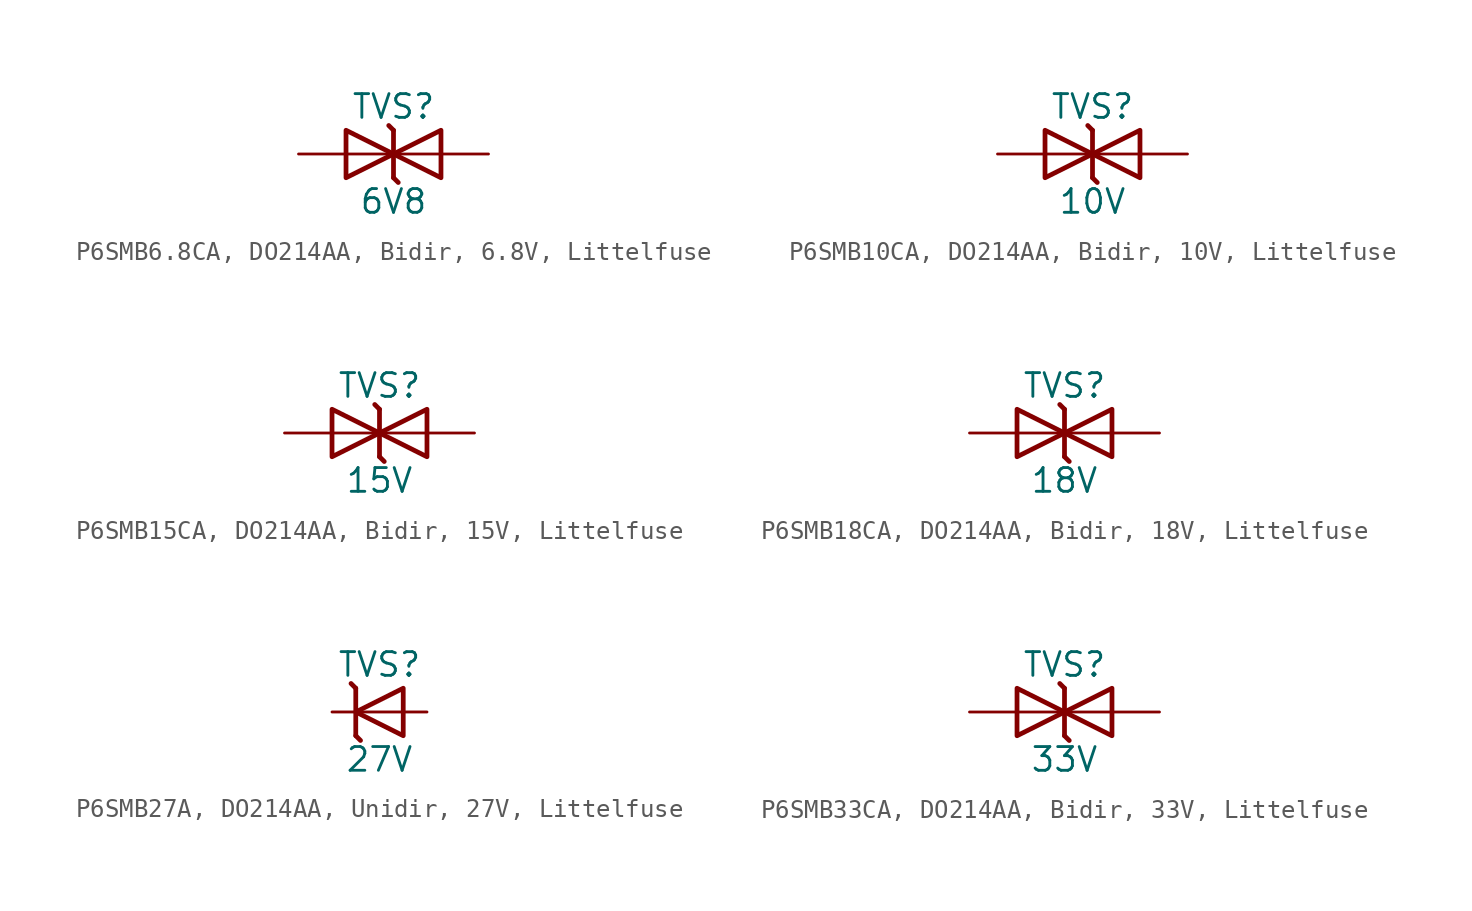
<source format=kicad_sym>
(kicad_symbol_lib
  (version 20241209)
  (generator "kicad_symbol_editor")
  (generator_version "9.0")
  (symbol "P6SMB6.8CA, DO214AA, Bidir, 6.8V, Littelfuse"
    (pin_numbers
      (hide yes))
    (pin_names
      (offset 0)
      (hide yes))
    (property "Reference" "TVS"
      (at 0 2.54 0)
      (effects (font (size 1.27 1.27))))
    (property "Value" "6V8"
      (at 0 -2.54 0)
      (effects (font (size 1.27 1.27))))
    (symbol "P6SMB6.8CA, DO214AA, Bidir, 6.8V, Littelfuse_0_0"
      (polyline (pts (xy 0 0) (xy -2.54 0)) (stroke (width 0.152) (type default)) (fill (type none)))
      (polyline (pts (xy 2.54 0) (xy 0 0)) (stroke (width 0.152) (type default)) (fill (type none))))
    (symbol "P6SMB6.8CA, DO214AA, Bidir, 6.8V, Littelfuse_0_1"
      (polyline (pts (xy 0 1.27) (xy -0.254 1.524)) (stroke (width 0.254) (type default)) (fill (type none)))
      (polyline (pts (xy 0 1.27) (xy 0 -1.27)) (stroke (width 0.254) (type default)) (fill (type none)))
      (polyline (pts (xy 0.254 -1.524) (xy 0 -1.27)) (stroke (width 0.254) (type default)) (fill (type none))))
    (symbol "P6SMB6.8CA, DO214AA, Bidir, 6.8V, Littelfuse_1_1"
      (polyline (pts (xy -2.54 1.27) (xy -2.54 -1.27) (xy 0 0) (xy -2.54 1.27)) (stroke (width 0.254) (type default)) (fill (type none)))
      (polyline (pts (xy 2.54 -1.27) (xy 2.54 1.27) (xy 0 0) (xy 2.54 -1.27)) (stroke (width 0.254) (type default)) (fill (type none)))
      (pin passive line (at -5.08 0 0) (length 2.54) (name "AC2" (effects (font (size 1.27 1.27)))) (number "2" (effects (font (size 1.27 1.27)))))
      (pin passive line (at 5.08 0 180) (length 2.54) (name "AC1" (effects (font (size 1.27 1.27)))) (number "1" (effects (font (size 1.27 1.27)))))))
  (symbol "P6SMB10CA, DO214AA, Bidir, 10V, Littelfuse"
    (pin_numbers
      (hide yes))
    (pin_names
      (offset 0)
      (hide yes))
    (property "Reference" "TVS"
      (at 0 2.54 0)
      (effects (font (size 1.27 1.27))))
    (property "Value" "10V"
      (at 0 -2.54 0)
      (effects (font (size 1.27 1.27))))
    (symbol "P6SMB10CA, DO214AA, Bidir, 10V, Littelfuse_0_0"
      (polyline (pts (xy 0 0) (xy -2.54 0)) (stroke (width 0.152) (type default)) (fill (type none)))
      (polyline (pts (xy 2.54 0) (xy 0 0)) (stroke (width 0.152) (type default)) (fill (type none))))
    (symbol "P6SMB10CA, DO214AA, Bidir, 10V, Littelfuse_0_1"
      (polyline (pts (xy 0 1.27) (xy -0.254 1.524)) (stroke (width 0.254) (type default)) (fill (type none)))
      (polyline (pts (xy 0 1.27) (xy 0 -1.27)) (stroke (width 0.254) (type default)) (fill (type none)))
      (polyline (pts (xy 0.254 -1.524) (xy 0 -1.27)) (stroke (width 0.254) (type default)) (fill (type none))))
    (symbol "P6SMB10CA, DO214AA, Bidir, 10V, Littelfuse_1_1"
      (polyline (pts (xy -2.54 1.27) (xy -2.54 -1.27) (xy 0 0) (xy -2.54 1.27)) (stroke (width 0.254) (type default)) (fill (type none)))
      (polyline (pts (xy 2.54 -1.27) (xy 2.54 1.27) (xy 0 0) (xy 2.54 -1.27)) (stroke (width 0.254) (type default)) (fill (type none)))
      (pin passive line (at -5.08 0 0) (length 2.54) (name "AC2" (effects (font (size 1.27 1.27)))) (number "2" (effects (font (size 1.27 1.27)))))
      (pin passive line (at 5.08 0 180) (length 2.54) (name "AC1" (effects (font (size 1.27 1.27)))) (number "1" (effects (font (size 1.27 1.27)))))))
  (symbol "P6SMB15CA, DO214AA, Bidir, 15V, Littelfuse"
    (pin_numbers
      (hide yes))
    (pin_names
      (offset 0)
      (hide yes))
    (property "Reference" "TVS"
      (at 0 2.54 0)
      (effects (font (size 1.27 1.27))))
    (property "Value" "15V"
      (at 0 -2.54 0)
      (effects (font (size 1.27 1.27))))
    (symbol "P6SMB15CA, DO214AA, Bidir, 15V, Littelfuse_0_0"
      (polyline (pts (xy 0 0) (xy -2.54 0)) (stroke (width 0.152) (type default)) (fill (type none)))
      (polyline (pts (xy 2.54 0) (xy 0 0)) (stroke (width 0.152) (type default)) (fill (type none))))
    (symbol "P6SMB15CA, DO214AA, Bidir, 15V, Littelfuse_0_1"
      (polyline (pts (xy 0 1.27) (xy -0.254 1.524)) (stroke (width 0.254) (type default)) (fill (type none)))
      (polyline (pts (xy 0 1.27) (xy 0 -1.27)) (stroke (width 0.254) (type default)) (fill (type none)))
      (polyline (pts (xy 0.254 -1.524) (xy 0 -1.27)) (stroke (width 0.254) (type default)) (fill (type none))))
    (symbol "P6SMB15CA, DO214AA, Bidir, 15V, Littelfuse_1_1"
      (polyline (pts (xy -2.54 1.27) (xy -2.54 -1.27) (xy 0 0) (xy -2.54 1.27)) (stroke (width 0.254) (type default)) (fill (type none)))
      (polyline (pts (xy 2.54 -1.27) (xy 2.54 1.27) (xy 0 0) (xy 2.54 -1.27)) (stroke (width 0.254) (type default)) (fill (type none)))
      (pin passive line (at -5.08 0 0) (length 2.54) (name "AC2" (effects (font (size 1.27 1.27)))) (number "2" (effects (font (size 1.27 1.27)))))
      (pin passive line (at 5.08 0 180) (length 2.54) (name "AC1" (effects (font (size 1.27 1.27)))) (number "1" (effects (font (size 1.27 1.27)))))))
  (symbol "P6SMB18CA, DO214AA, Bidir, 18V, Littelfuse"
    (pin_numbers
      (hide yes))
    (pin_names
      (offset 0)
      (hide yes))
    (property "Reference" "TVS"
      (at 0 2.54 0)
      (effects (font (size 1.27 1.27))))
    (property "Value" "18V"
      (at 0 -2.54 0)
      (effects (font (size 1.27 1.27))))
    (symbol "P6SMB18CA, DO214AA, Bidir, 18V, Littelfuse_0_0"
      (polyline (pts (xy 0 0) (xy -2.54 0)) (stroke (width 0.152) (type default)) (fill (type none)))
      (polyline (pts (xy 2.54 0) (xy 0 0)) (stroke (width 0.152) (type default)) (fill (type none))))
    (symbol "P6SMB18CA, DO214AA, Bidir, 18V, Littelfuse_0_1"
      (polyline (pts (xy 0 1.27) (xy -0.254 1.524)) (stroke (width 0.254) (type default)) (fill (type none)))
      (polyline (pts (xy 0 1.27) (xy 0 -1.27)) (stroke (width 0.254) (type default)) (fill (type none)))
      (polyline (pts (xy 0.254 -1.524) (xy 0 -1.27)) (stroke (width 0.254) (type default)) (fill (type none))))
    (symbol "P6SMB18CA, DO214AA, Bidir, 18V, Littelfuse_1_1"
      (polyline (pts (xy -2.54 1.27) (xy -2.54 -1.27) (xy 0 0) (xy -2.54 1.27)) (stroke (width 0.254) (type default)) (fill (type none)))
      (polyline (pts (xy 2.54 -1.27) (xy 2.54 1.27) (xy 0 0) (xy 2.54 -1.27)) (stroke (width 0.254) (type default)) (fill (type none)))
      (pin passive line (at -5.08 0 0) (length 2.54) (name "AC2" (effects (font (size 1.27 1.27)))) (number "2" (effects (font (size 1.27 1.27)))))
      (pin passive line (at 5.08 0 180) (length 2.54) (name "AC1" (effects (font (size 1.27 1.27)))) (number "1" (effects (font (size 1.27 1.27)))))))
  (symbol "P6SMB27A, DO214AA, Unidir, 27V, Littelfuse"
    (pin_numbers
      (hide yes))
    (pin_names
      (offset 0)
      (hide yes))
    (property "Reference" "TVS"
      (at 0 2.54 0)
      (effects (font (size 1.27 1.27))))
    (property "Value" "27V"
      (at 0 -2.54 0)
      (effects (font (size 1.27 1.27))))
    (symbol "P6SMB27A, DO214AA, Unidir, 27V, Littelfuse_0_0"
      (polyline (pts (xy 1.27 0) (xy -1.27 0)) (stroke (width 0.152) (type default)) (fill (type none))))
    (symbol "P6SMB27A, DO214AA, Unidir, 27V, Littelfuse_0_1"
      (polyline (pts (xy -1.27 1.27) (xy -1.524 1.524)) (stroke (width 0.254) (type default)) (fill (type none)))
      (polyline (pts (xy -1.27 1.27) (xy -1.27 -1.27)) (stroke (width 0.254) (type default)) (fill (type none)))
      (polyline (pts (xy -1.016 -1.524) (xy -1.27 -1.27)) (stroke (width 0.254) (type default)) (fill (type none))))
    (symbol "P6SMB27A, DO214AA, Unidir, 27V, Littelfuse_1_1"
      (polyline (pts (xy 1.27 -1.27) (xy 1.27 1.27) (xy -1.27 0) (xy 1.27 -1.27)) (stroke (width 0.254) (type default)) (fill (type none)))
      (pin passive line (at -2.54 0 0) (length 1.27) (name "C" (effects (font (size 1.27 1.27)))) (number "1" (effects (font (size 1.27 1.27)))))
      (pin passive line (at 2.54 0 180) (length 1.27) (name "A" (effects (font (size 1.27 1.27)))) (number "2" (effects (font (size 1.27 1.27)))))))
  (symbol "P6SMB33CA, DO214AA, Bidir, 33V, Littelfuse"
    (pin_numbers
      (hide yes))
    (pin_names
      (offset 0)
      (hide yes))
    (property "Reference" "TVS"
      (at 0 2.54 0)
      (effects (font (size 1.27 1.27))))
    (property "Value" "33V"
      (at 0 -2.54 0)
      (effects (font (size 1.27 1.27))))
    (symbol "P6SMB33CA, DO214AA, Bidir, 33V, Littelfuse_0_0"
      (polyline (pts (xy 0 0) (xy -2.54 0)) (stroke (width 0.152) (type default)) (fill (type none)))
      (polyline (pts (xy 2.54 0) (xy 0 0)) (stroke (width 0.152) (type default)) (fill (type none))))
    (symbol "P6SMB33CA, DO214AA, Bidir, 33V, Littelfuse_0_1"
      (polyline (pts (xy 0 1.27) (xy -0.254 1.524)) (stroke (width 0.254) (type default)) (fill (type none)))
      (polyline (pts (xy 0 1.27) (xy 0 -1.27)) (stroke (width 0.254) (type default)) (fill (type none)))
      (polyline (pts (xy 0.254 -1.524) (xy 0 -1.27)) (stroke (width 0.254) (type default)) (fill (type none))))
    (symbol "P6SMB33CA, DO214AA, Bidir, 33V, Littelfuse_1_1"
      (polyline (pts (xy -2.54 1.27) (xy -2.54 -1.27) (xy 0 0) (xy -2.54 1.27)) (stroke (width 0.254) (type default)) (fill (type none)))
      (polyline (pts (xy 2.54 -1.27) (xy 2.54 1.27) (xy 0 0) (xy 2.54 -1.27)) (stroke (width 0.254) (type default)) (fill (type none)))
      (pin passive line (at -5.08 0 0) (length 2.54) (name "AC2" (effects (font (size 1.27 1.27)))) (number "2" (effects (font (size 1.27 1.27)))))
      (pin passive line (at 5.08 0 180) (length 2.54) (name "AC1" (effects (font (size 1.27 1.27)))) (number "1" (effects (font (size 1.27 1.27))))))))
</source>
